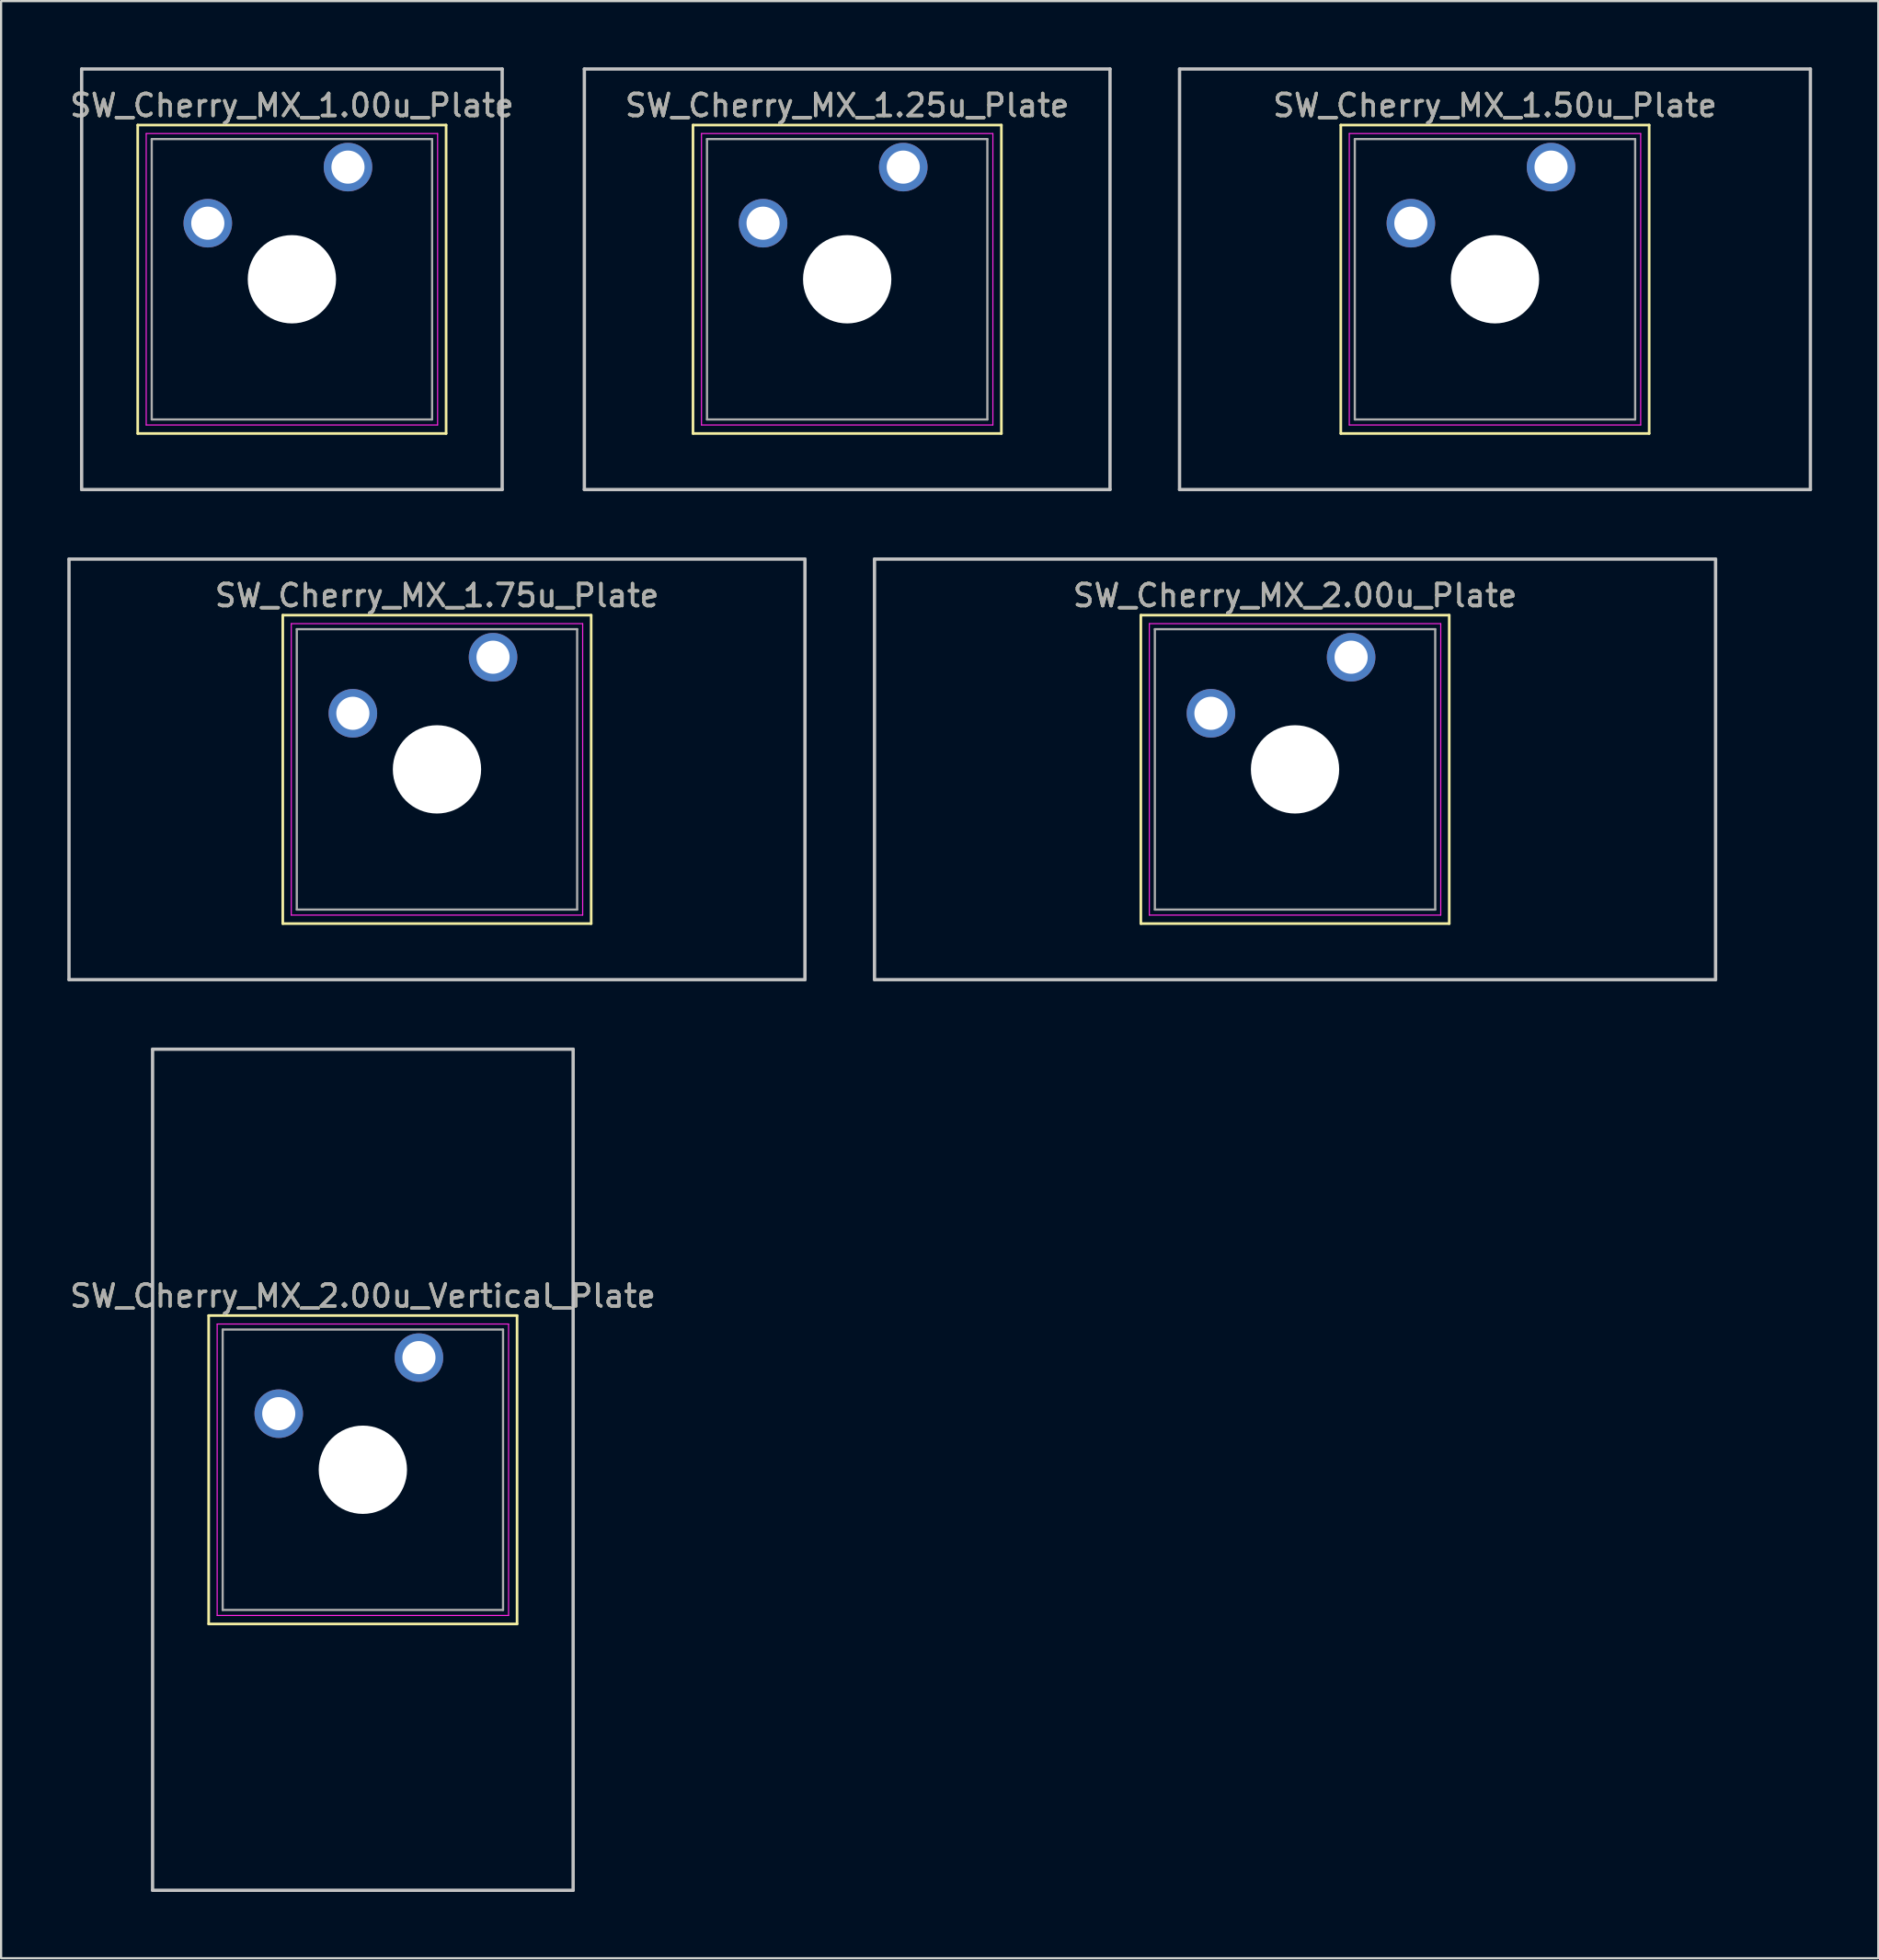
<source format=kicad_pcb>
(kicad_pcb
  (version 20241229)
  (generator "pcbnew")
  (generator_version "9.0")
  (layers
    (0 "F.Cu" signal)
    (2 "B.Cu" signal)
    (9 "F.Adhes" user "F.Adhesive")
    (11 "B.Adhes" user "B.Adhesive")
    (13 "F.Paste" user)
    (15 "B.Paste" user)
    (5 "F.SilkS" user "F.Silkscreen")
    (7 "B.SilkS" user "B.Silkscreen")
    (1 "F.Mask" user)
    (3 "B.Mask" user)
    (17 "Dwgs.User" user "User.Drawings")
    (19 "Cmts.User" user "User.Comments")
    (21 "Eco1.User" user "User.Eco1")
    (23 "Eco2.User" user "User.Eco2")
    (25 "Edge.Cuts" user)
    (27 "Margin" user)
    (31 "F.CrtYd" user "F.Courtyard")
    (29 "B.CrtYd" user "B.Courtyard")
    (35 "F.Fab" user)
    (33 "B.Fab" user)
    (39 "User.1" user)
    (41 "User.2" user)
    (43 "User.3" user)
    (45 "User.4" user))
  (footprint "SW_Cherry_MX_2.00u_Plate"
    (layer "F.Cu")
    (at 58.153 26.72)
    (property "Reference" "SW_Cherry_MX_2.00u_Plate" (at -2.54 -2.794 0) (layer "F.SilkS") (effects (font (size 1 1) (thickness 0.15))))
    (attr through_hole)
    (fp_line (start -9.525 -1.905) (end 4.445 -1.905) (stroke (width 0.12) (type solid)) (layer "F.SilkS"))
    (fp_line (start -9.525 12.065) (end -9.525 -1.905) (stroke (width 0.12) (type solid)) (layer "F.SilkS"))
    (fp_line (start 4.445 -1.905) (end 4.445 12.065) (stroke (width 0.12) (type solid)) (layer "F.SilkS"))
    (fp_line (start 4.445 12.065) (end -9.525 12.065) (stroke (width 0.12) (type solid)) (layer "F.SilkS"))
    (fp_line (start -21.59 -4.445) (end 16.51 -4.445) (stroke (width 0.15) (type solid)) (layer "Dwgs.User"))
    (fp_line (start -21.59 14.605) (end -21.59 -4.445) (stroke (width 0.15) (type solid)) (layer "Dwgs.User"))
    (fp_line (start 16.51 -4.445) (end 16.51 14.605) (stroke (width 0.15) (type solid)) (layer "Dwgs.User"))
    (fp_line (start 16.51 14.605) (end -21.59 14.605) (stroke (width 0.15) (type solid)) (layer "Dwgs.User"))
    (fp_line (start -9.14 -1.52) (end 4.06 -1.52) (stroke (width 0.05) (type solid)) (layer "F.CrtYd"))
    (fp_line (start -9.14 11.68) (end -9.14 -1.52) (stroke (width 0.05) (type solid)) (layer "F.CrtYd"))
    (fp_line (start 4.06 -1.52) (end 4.06 11.68) (stroke (width 0.05) (type solid)) (layer "F.CrtYd"))
    (fp_line (start 4.06 11.68) (end -9.14 11.68) (stroke (width 0.05) (type solid)) (layer "F.CrtYd"))
    (fp_line (start -8.89 -1.27) (end 3.81 -1.27) (stroke (width 0.1) (type solid)) (layer "F.Fab"))
    (fp_line (start -8.89 11.43) (end -8.89 -1.27) (stroke (width 0.1) (type solid)) (layer "F.Fab"))
    (fp_line (start 3.81 -1.27) (end 3.81 11.43) (stroke (width 0.1) (type solid)) (layer "F.Fab"))
    (fp_line (start 3.81 11.43) (end -8.89 11.43) (stroke (width 0.1) (type solid)) (layer "F.Fab"))
    (fp_text user "${REFERENCE}" (at -2.54 -2.794 0) (layer "F.Fab") (effects (font (size 1 1) (thickness 0.15))))
    (pad "" np_thru_hole circle (at -2.54 5.08) (size 4 4) (drill 4) (layers "*.Cu" "*.Mask"))
    (pad "1" thru_hole circle (at 0 0) (size 2.2 2.2) (drill 1.5) (layers "*.Cu" "*.Mask"))
    (pad "2" thru_hole circle (at -6.35 2.54) (size 2.2 2.2) (drill 1.5) (layers "*.Cu" "*.Mask")))
  (footprint "SW_Cherry_MX_1.25u_Plate"
    (layer "F.Cu")
    (at 37.866 4.52)
    (property "Reference" "SW_Cherry_MX_1.25u_Plate" (at -2.54 -2.794 0) (layer "F.SilkS") (effects (font (size 1 1) (thickness 0.15))))
    (attr through_hole)
    (fp_line (start -9.525 -1.905) (end 4.445 -1.905) (stroke (width 0.12) (type solid)) (layer "F.SilkS"))
    (fp_line (start -9.525 12.065) (end -9.525 -1.905) (stroke (width 0.12) (type solid)) (layer "F.SilkS"))
    (fp_line (start 4.445 -1.905) (end 4.445 12.065) (stroke (width 0.12) (type solid)) (layer "F.SilkS"))
    (fp_line (start 4.445 12.065) (end -9.525 12.065) (stroke (width 0.12) (type solid)) (layer "F.SilkS"))
    (fp_line (start -14.446 -4.445) (end 9.366 -4.445) (stroke (width 0.15) (type solid)) (layer "Dwgs.User"))
    (fp_line (start -14.446 14.605) (end -14.446 -4.445) (stroke (width 0.15) (type solid)) (layer "Dwgs.User"))
    (fp_line (start 9.366 -4.445) (end 9.366 14.605) (stroke (width 0.15) (type solid)) (layer "Dwgs.User"))
    (fp_line (start 9.366 14.605) (end -14.446 14.605) (stroke (width 0.15) (type solid)) (layer "Dwgs.User"))
    (fp_line (start -9.14 -1.52) (end 4.06 -1.52) (stroke (width 0.05) (type solid)) (layer "F.CrtYd"))
    (fp_line (start -9.14 11.68) (end -9.14 -1.52) (stroke (width 0.05) (type solid)) (layer "F.CrtYd"))
    (fp_line (start 4.06 -1.52) (end 4.06 11.68) (stroke (width 0.05) (type solid)) (layer "F.CrtYd"))
    (fp_line (start 4.06 11.68) (end -9.14 11.68) (stroke (width 0.05) (type solid)) (layer "F.CrtYd"))
    (fp_line (start -8.89 -1.27) (end 3.81 -1.27) (stroke (width 0.1) (type solid)) (layer "F.Fab"))
    (fp_line (start -8.89 11.43) (end -8.89 -1.27) (stroke (width 0.1) (type solid)) (layer "F.Fab"))
    (fp_line (start 3.81 -1.27) (end 3.81 11.43) (stroke (width 0.1) (type solid)) (layer "F.Fab"))
    (fp_line (start 3.81 11.43) (end -8.89 11.43) (stroke (width 0.1) (type solid)) (layer "F.Fab"))
    (fp_text user "${REFERENCE}" (at -2.54 -2.794 0) (layer "F.Fab") (effects (font (size 1 1) (thickness 0.15))))
    (pad "" np_thru_hole circle (at -2.54 5.08) (size 4 4) (drill 4) (layers "*.Cu" "*.Mask"))
    (pad "1" thru_hole circle (at 0 0) (size 2.2 2.2) (drill 1.5) (layers "*.Cu" "*.Mask"))
    (pad "2" thru_hole circle (at -6.35 2.54) (size 2.2 2.2) (drill 1.5) (layers "*.Cu" "*.Mask")))
  (footprint "SW_Cherry_MX_1.00u_Plate"
    (layer "F.Cu")
    (at 12.713 4.52)
    (property "Reference" "SW_Cherry_MX_1.00u_Plate" (at -2.54 -2.794 0) (layer "F.SilkS") (effects (font (size 1 1) (thickness 0.15))))
    (attr through_hole)
    (fp_line (start -9.525 -1.905) (end 4.445 -1.905) (stroke (width 0.12) (type solid)) (layer "F.SilkS"))
    (fp_line (start -9.525 12.065) (end -9.525 -1.905) (stroke (width 0.12) (type solid)) (layer "F.SilkS"))
    (fp_line (start 4.445 -1.905) (end 4.445 12.065) (stroke (width 0.12) (type solid)) (layer "F.SilkS"))
    (fp_line (start 4.445 12.065) (end -9.525 12.065) (stroke (width 0.12) (type solid)) (layer "F.SilkS"))
    (fp_line (start -12.065 -4.445) (end 6.985 -4.445) (stroke (width 0.15) (type solid)) (layer "Dwgs.User"))
    (fp_line (start -12.065 14.605) (end -12.065 -4.445) (stroke (width 0.15) (type solid)) (layer "Dwgs.User"))
    (fp_line (start 6.985 -4.445) (end 6.985 14.605) (stroke (width 0.15) (type solid)) (layer "Dwgs.User"))
    (fp_line (start 6.985 14.605) (end -12.065 14.605) (stroke (width 0.15) (type solid)) (layer "Dwgs.User"))
    (fp_line (start -9.14 -1.52) (end 4.06 -1.52) (stroke (width 0.05) (type solid)) (layer "F.CrtYd"))
    (fp_line (start -9.14 11.68) (end -9.14 -1.52) (stroke (width 0.05) (type solid)) (layer "F.CrtYd"))
    (fp_line (start 4.06 -1.52) (end 4.06 11.68) (stroke (width 0.05) (type solid)) (layer "F.CrtYd"))
    (fp_line (start 4.06 11.68) (end -9.14 11.68) (stroke (width 0.05) (type solid)) (layer "F.CrtYd"))
    (fp_line (start -8.89 -1.27) (end 3.81 -1.27) (stroke (width 0.1) (type solid)) (layer "F.Fab"))
    (fp_line (start -8.89 11.43) (end -8.89 -1.27) (stroke (width 0.1) (type solid)) (layer "F.Fab"))
    (fp_line (start 3.81 -1.27) (end 3.81 11.43) (stroke (width 0.1) (type solid)) (layer "F.Fab"))
    (fp_line (start 3.81 11.43) (end -8.89 11.43) (stroke (width 0.1) (type solid)) (layer "F.Fab"))
    (fp_text user "${REFERENCE}" (at -2.54 -2.794 0) (layer "F.Fab") (effects (font (size 1 1) (thickness 0.15))))
    (pad "" np_thru_hole circle (at -2.54 5.08) (size 4 4) (drill 4) (layers "*.Cu" "*.Mask"))
    (pad "1" thru_hole circle (at 0 0) (size 2.2 2.2) (drill 1.5) (layers "*.Cu" "*.Mask"))
    (pad "2" thru_hole circle (at -6.35 2.54) (size 2.2 2.2) (drill 1.5) (layers "*.Cu" "*.Mask")))
  (footprint "SW_Cherry_MX_1.75u_Plate"
    (layer "F.Cu")
    (at 19.284 26.72)
    (property "Reference" "SW_Cherry_MX_1.75u_Plate" (at -2.54 -2.794 0) (layer "F.SilkS") (effects (font (size 1 1) (thickness 0.15))))
    (attr through_hole)
    (fp_line (start -9.525 -1.905) (end 4.445 -1.905) (stroke (width 0.12) (type solid)) (layer "F.SilkS"))
    (fp_line (start -9.525 12.065) (end -9.525 -1.905) (stroke (width 0.12) (type solid)) (layer "F.SilkS"))
    (fp_line (start 4.445 -1.905) (end 4.445 12.065) (stroke (width 0.12) (type solid)) (layer "F.SilkS"))
    (fp_line (start 4.445 12.065) (end -9.525 12.065) (stroke (width 0.12) (type solid)) (layer "F.SilkS"))
    (fp_line (start -19.209 -4.445) (end 14.129 -4.445) (stroke (width 0.15) (type solid)) (layer "Dwgs.User"))
    (fp_line (start -19.209 14.605) (end -19.209 -4.445) (stroke (width 0.15) (type solid)) (layer "Dwgs.User"))
    (fp_line (start 14.129 -4.445) (end 14.129 14.605) (stroke (width 0.15) (type solid)) (layer "Dwgs.User"))
    (fp_line (start 14.129 14.605) (end -19.209 14.605) (stroke (width 0.15) (type solid)) (layer "Dwgs.User"))
    (fp_line (start -9.14 -1.52) (end 4.06 -1.52) (stroke (width 0.05) (type solid)) (layer "F.CrtYd"))
    (fp_line (start -9.14 11.68) (end -9.14 -1.52) (stroke (width 0.05) (type solid)) (layer "F.CrtYd"))
    (fp_line (start 4.06 -1.52) (end 4.06 11.68) (stroke (width 0.05) (type solid)) (layer "F.CrtYd"))
    (fp_line (start 4.06 11.68) (end -9.14 11.68) (stroke (width 0.05) (type solid)) (layer "F.CrtYd"))
    (fp_line (start -8.89 -1.27) (end 3.81 -1.27) (stroke (width 0.1) (type solid)) (layer "F.Fab"))
    (fp_line (start -8.89 11.43) (end -8.89 -1.27) (stroke (width 0.1) (type solid)) (layer "F.Fab"))
    (fp_line (start 3.81 -1.27) (end 3.81 11.43) (stroke (width 0.1) (type solid)) (layer "F.Fab"))
    (fp_line (start 3.81 11.43) (end -8.89 11.43) (stroke (width 0.1) (type solid)) (layer "F.Fab"))
    (fp_text user "${REFERENCE}" (at -2.54 -2.794 0) (layer "F.Fab") (effects (font (size 1 1) (thickness 0.15))))
    (pad "" np_thru_hole circle (at -2.54 5.08) (size 4 4) (drill 4) (layers "*.Cu" "*.Mask"))
    (pad "1" thru_hole circle (at 0 0) (size 2.2 2.2) (drill 1.5) (layers "*.Cu" "*.Mask"))
    (pad "2" thru_hole circle (at -6.35 2.54) (size 2.2 2.2) (drill 1.5) (layers "*.Cu" "*.Mask")))
  (footprint "SW_Cherry_MX_1.50u_Plate"
    (layer "F.Cu")
    (at 67.21 4.52)
    (property "Reference" "SW_Cherry_MX_1.50u_Plate" (at -2.54 -2.794 0) (layer "F.SilkS") (effects (font (size 1 1) (thickness 0.15))))
    (attr through_hole)
    (fp_line (start -9.525 -1.905) (end 4.445 -1.905) (stroke (width 0.12) (type solid)) (layer "F.SilkS"))
    (fp_line (start -9.525 12.065) (end -9.525 -1.905) (stroke (width 0.12) (type solid)) (layer "F.SilkS"))
    (fp_line (start 4.445 -1.905) (end 4.445 12.065) (stroke (width 0.12) (type solid)) (layer "F.SilkS"))
    (fp_line (start 4.445 12.065) (end -9.525 12.065) (stroke (width 0.12) (type solid)) (layer "F.SilkS"))
    (fp_line (start -16.828 -4.445) (end 11.748 -4.445) (stroke (width 0.15) (type solid)) (layer "Dwgs.User"))
    (fp_line (start -16.828 14.605) (end -16.828 -4.445) (stroke (width 0.15) (type solid)) (layer "Dwgs.User"))
    (fp_line (start 11.748 -4.445) (end 11.748 14.605) (stroke (width 0.15) (type solid)) (layer "Dwgs.User"))
    (fp_line (start 11.748 14.605) (end -16.828 14.605) (stroke (width 0.15) (type solid)) (layer "Dwgs.User"))
    (fp_line (start -9.14 -1.52) (end 4.06 -1.52) (stroke (width 0.05) (type solid)) (layer "F.CrtYd"))
    (fp_line (start -9.14 11.68) (end -9.14 -1.52) (stroke (width 0.05) (type solid)) (layer "F.CrtYd"))
    (fp_line (start 4.06 -1.52) (end 4.06 11.68) (stroke (width 0.05) (type solid)) (layer "F.CrtYd"))
    (fp_line (start 4.06 11.68) (end -9.14 11.68) (stroke (width 0.05) (type solid)) (layer "F.CrtYd"))
    (fp_line (start -8.89 -1.27) (end 3.81 -1.27) (stroke (width 0.1) (type solid)) (layer "F.Fab"))
    (fp_line (start -8.89 11.43) (end -8.89 -1.27) (stroke (width 0.1) (type solid)) (layer "F.Fab"))
    (fp_line (start 3.81 -1.27) (end 3.81 11.43) (stroke (width 0.1) (type solid)) (layer "F.Fab"))
    (fp_line (start 3.81 11.43) (end -8.89 11.43) (stroke (width 0.1) (type solid)) (layer "F.Fab"))
    (fp_text user "${REFERENCE}" (at -2.54 -2.794 0) (layer "F.Fab") (effects (font (size 1 1) (thickness 0.15))))
    (pad "" np_thru_hole circle (at -2.54 5.08) (size 4 4) (drill 4) (layers "*.Cu" "*.Mask"))
    (pad "1" thru_hole circle (at 0 0) (size 2.2 2.2) (drill 1.5) (layers "*.Cu" "*.Mask"))
    (pad "2" thru_hole circle (at -6.35 2.54) (size 2.2 2.2) (drill 1.5) (layers "*.Cu" "*.Mask")))
  (footprint "SW_Cherry_MX_2.00u_Vertical_Plate"
    (layer "F.Cu")
    (at 15.927 58.445)
    (property "Reference" "SW_Cherry_MX_2.00u_Vertical_Plate" (at -2.54 -2.794 0) (layer "F.SilkS") (effects (font (size 1 1) (thickness 0.15))))
    (attr through_hole)
    (fp_line (start -9.525 -1.905) (end 4.445 -1.905) (stroke (width 0.12) (type solid)) (layer "F.SilkS"))
    (fp_line (start -9.525 12.065) (end -9.525 -1.905) (stroke (width 0.12) (type solid)) (layer "F.SilkS"))
    (fp_line (start 4.445 -1.905) (end 4.445 12.065) (stroke (width 0.12) (type solid)) (layer "F.SilkS"))
    (fp_line (start 4.445 12.065) (end -9.525 12.065) (stroke (width 0.12) (type solid)) (layer "F.SilkS"))
    (fp_line (start -12.065 -13.97) (end 6.985 -13.97) (stroke (width 0.15) (type solid)) (layer "Dwgs.User"))
    (fp_line (start -12.065 24.13) (end -12.065 -13.97) (stroke (width 0.15) (type solid)) (layer "Dwgs.User"))
    (fp_line (start 6.985 -13.97) (end 6.985 24.13) (stroke (width 0.15) (type solid)) (layer "Dwgs.User"))
    (fp_line (start 6.985 24.13) (end -12.065 24.13) (stroke (width 0.15) (type solid)) (layer "Dwgs.User"))
    (fp_line (start -9.14 -1.52) (end 4.06 -1.52) (stroke (width 0.05) (type solid)) (layer "F.CrtYd"))
    (fp_line (start -9.14 11.68) (end -9.14 -1.52) (stroke (width 0.05) (type solid)) (layer "F.CrtYd"))
    (fp_line (start 4.06 -1.52) (end 4.06 11.68) (stroke (width 0.05) (type solid)) (layer "F.CrtYd"))
    (fp_line (start 4.06 11.68) (end -9.14 11.68) (stroke (width 0.05) (type solid)) (layer "F.CrtYd"))
    (fp_line (start -8.89 -1.27) (end 3.81 -1.27) (stroke (width 0.1) (type solid)) (layer "F.Fab"))
    (fp_line (start -8.89 11.43) (end -8.89 -1.27) (stroke (width 0.1) (type solid)) (layer "F.Fab"))
    (fp_line (start 3.81 -1.27) (end 3.81 11.43) (stroke (width 0.1) (type solid)) (layer "F.Fab"))
    (fp_line (start 3.81 11.43) (end -8.89 11.43) (stroke (width 0.1) (type solid)) (layer "F.Fab"))
    (fp_text user "${REFERENCE}" (at -2.54 -2.794 0) (layer "F.Fab") (effects (font (size 1 1) (thickness 0.15))))
    (pad "" np_thru_hole circle (at -2.54 5.08) (size 4 4) (drill 4) (layers "*.Cu" "*.Mask"))
    (pad "1" thru_hole circle (at 0 0) (size 2.2 2.2) (drill 1.5) (layers "*.Cu" "*.Mask"))
    (pad "2" thru_hole circle (at -6.35 2.54) (size 2.2 2.2) (drill 1.5) (layers "*.Cu" "*.Mask")))
  (gr_rect
    (start -3 -3)
    (end 82.033 85.65)
    (stroke (width 0.1) (type default))
    (fill no)
    (layer "Edge.Cuts")))
</source>
